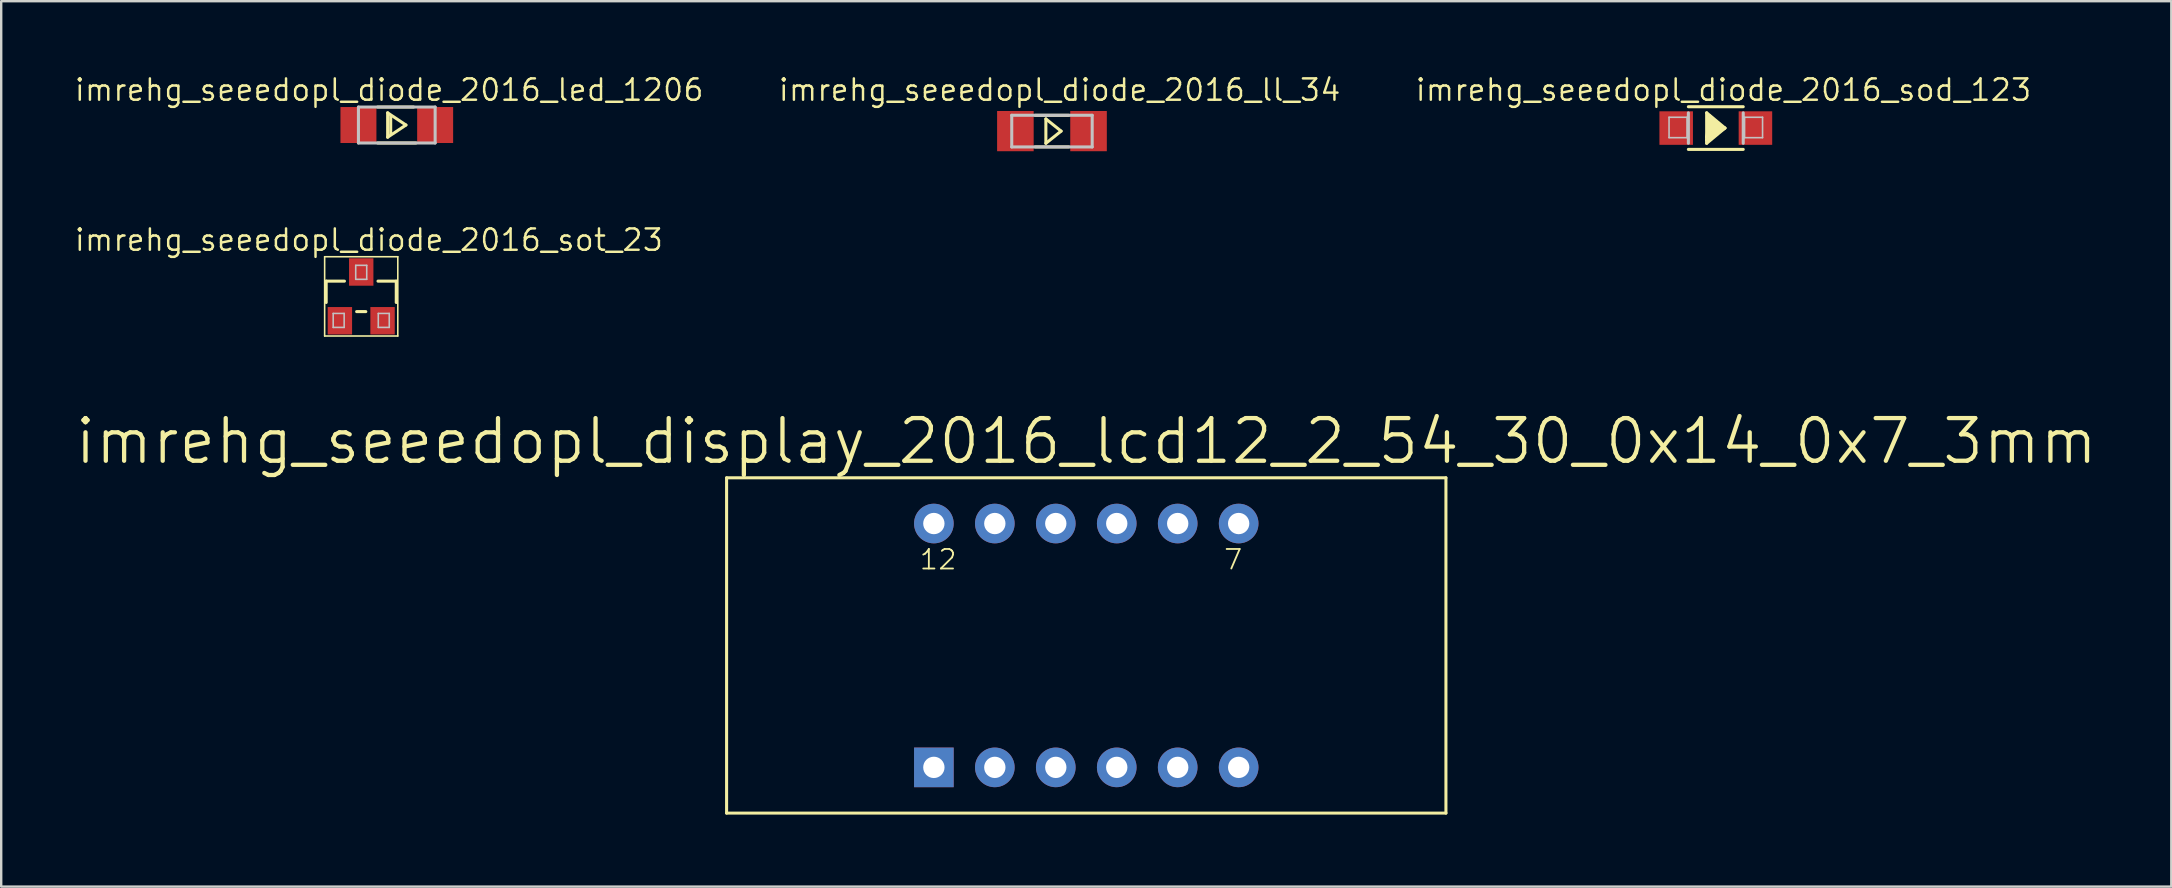
<source format=kicad_pcb>
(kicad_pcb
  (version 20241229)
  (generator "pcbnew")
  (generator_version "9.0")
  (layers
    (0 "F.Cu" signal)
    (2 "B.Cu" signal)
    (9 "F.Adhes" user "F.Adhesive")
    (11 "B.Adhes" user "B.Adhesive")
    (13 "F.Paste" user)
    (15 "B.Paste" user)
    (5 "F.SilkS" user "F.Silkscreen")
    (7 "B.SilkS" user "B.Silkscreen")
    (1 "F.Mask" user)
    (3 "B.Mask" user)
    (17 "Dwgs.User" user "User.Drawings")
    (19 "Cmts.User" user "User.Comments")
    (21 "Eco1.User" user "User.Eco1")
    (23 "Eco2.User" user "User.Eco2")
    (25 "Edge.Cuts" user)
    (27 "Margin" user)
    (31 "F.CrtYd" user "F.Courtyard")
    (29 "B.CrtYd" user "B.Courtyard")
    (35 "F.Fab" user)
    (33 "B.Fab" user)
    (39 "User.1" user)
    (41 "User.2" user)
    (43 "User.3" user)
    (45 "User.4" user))
  (footprint "imrehg_seeedopl_diode_2016_led_1206"
    (layer "F.Cu")
    (at 13.483 2.159)
    (property "Reference" "imrehg_seeedopl_diode_2016_led_1206" (at -0.318 -1.46 0) (layer "F.SilkS") (effects (font (size 0.889 0.889) (thickness 0.102))))
    (attr smd)
    (fp_line (start -0.798 -0.749) (end 0.699 -0.749) (stroke (width 0.127) (type solid)) (layer "F.SilkS"))
    (fp_line (start -0.798 0.749) (end 0.798 0.749) (stroke (width 0.127) (type solid)) (layer "F.SilkS"))
    (fp_line (start -0.381 -0.508) (end -0.381 0.508) (stroke (width 0.127) (type solid)) (layer "F.SilkS"))
    (fp_line (start -0.381 0.508) (end 0.381 0) (stroke (width 0.127) (type solid)) (layer "F.SilkS"))
    (fp_line (start -0.254 -0.381) (end -0.254 0.381) (stroke (width 0.127) (type solid)) (layer "F.SilkS"))
    (fp_line (start 0.381 0) (end -0.381 -0.508) (stroke (width 0.127) (type solid)) (layer "F.SilkS"))
    (fp_line (start -1.598 -0.749) (end 1.598 -0.749) (stroke (width 0.127) (type solid)) (layer "Dwgs.User"))
    (fp_line (start -1.598 0.749) (end -1.598 -0.749) (stroke (width 0.127) (type solid)) (layer "Dwgs.User"))
    (fp_line (start 1.598 -0.749) (end 1.598 0.749) (stroke (width 0.127) (type solid)) (layer "Dwgs.User"))
    (fp_line (start 1.598 0.749) (end -1.598 0.749) (stroke (width 0.127) (type solid)) (layer "Dwgs.User"))
    (pad "+" smd rect (at -1.598 0) (size 1.499 1.499) (layers "F.Cu" "F.Mask" "F.Paste"))
    (pad "-" smd rect (at 1.598 0) (size 1.499 1.499) (layers "F.Cu" "F.Mask" "F.Paste")))
  (footprint "imrehg_seeedopl_diode_2016_sot_23"
    (layer "F.Cu")
    (at 12.001 9.299)
    (property "Reference" "imrehg_seeedopl_diode_2016_sot_23" (at 0.318 -2.349 0) (layer "F.SilkS") (effects (font (size 0.889 0.889) (thickness 0.102))))
    (attr smd)
    (fp_line (start -1.524 -1.651) (end 1.524 -1.651) (stroke (width 0.066) (type solid)) (layer "F.SilkS"))
    (fp_line (start -1.524 1.651) (end -1.524 -1.651) (stroke (width 0.066) (type solid)) (layer "F.SilkS"))
    (fp_line (start -1.524 1.651) (end 1.524 1.651) (stroke (width 0.066) (type solid)) (layer "F.SilkS"))
    (fp_line (start -1.46 -0.635) (end -1.46 0.254) (stroke (width 0.127) (type solid)) (layer "F.SilkS"))
    (fp_line (start -0.699 -0.635) (end -1.46 -0.635) (stroke (width 0.127) (type solid)) (layer "F.SilkS"))
    (fp_line (start -0.191 0.635) (end 0.191 0.635) (stroke (width 0.127) (type solid)) (layer "F.SilkS"))
    (fp_line (start 1.46 -0.635) (end 0.699 -0.635) (stroke (width 0.127) (type solid)) (layer "F.SilkS"))
    (fp_line (start 1.46 0.254) (end 1.46 -0.635) (stroke (width 0.127) (type solid)) (layer "F.SilkS"))
    (fp_line (start 1.524 1.651) (end 1.524 -1.651) (stroke (width 0.066) (type solid)) (layer "F.SilkS"))
    (fp_line (start -1.168 0.711) (end -0.711 0.711) (stroke (width 0.066) (type solid)) (layer "Dwgs.User"))
    (fp_line (start -1.168 1.293) (end -1.168 0.711) (stroke (width 0.066) (type solid)) (layer "Dwgs.User"))
    (fp_line (start -1.168 1.293) (end -0.711 1.293) (stroke (width 0.066) (type solid)) (layer "Dwgs.User"))
    (fp_line (start -0.711 1.293) (end -0.711 0.711) (stroke (width 0.066) (type solid)) (layer "Dwgs.User"))
    (fp_line (start -0.229 -1.293) (end 0.229 -1.293) (stroke (width 0.066) (type solid)) (layer "Dwgs.User"))
    (fp_line (start -0.229 -0.711) (end -0.229 -1.293) (stroke (width 0.066) (type solid)) (layer "Dwgs.User"))
    (fp_line (start -0.229 -0.711) (end 0.229 -0.711) (stroke (width 0.066) (type solid)) (layer "Dwgs.User"))
    (fp_line (start 0.229 -0.711) (end 0.229 -1.293) (stroke (width 0.066) (type solid)) (layer "Dwgs.User"))
    (fp_line (start 0.711 0.711) (end 1.168 0.711) (stroke (width 0.066) (type solid)) (layer "Dwgs.User"))
    (fp_line (start 0.711 1.293) (end 0.711 0.711) (stroke (width 0.066) (type solid)) (layer "Dwgs.User"))
    (fp_line (start 0.711 1.293) (end 1.168 1.293) (stroke (width 0.066) (type solid)) (layer "Dwgs.User"))
    (fp_line (start 1.168 1.293) (end 1.168 0.711) (stroke (width 0.066) (type solid)) (layer "Dwgs.User"))
    (pad "1" smd rect (at -0.889 1.016 180) (size 1.016 1.143) (layers "F.Cu" "F.Mask" "F.Paste"))
    (pad "2" smd rect (at 0.889 1.016) (size 1.016 1.143) (layers "F.Cu" "F.Mask" "F.Paste"))
    (pad "3" smd rect (at 0 -1.016) (size 1.016 1.143) (layers "F.Cu" "F.Mask" "F.Paste")))
  (footprint "imrehg_seeedopl_diode_2016_ll_34"
    (layer "F.Cu")
    (at 40.782 2.413)
    (property "Reference" "imrehg_seeedopl_diode_2016_ll_34" (at 0.318 -1.714 0) (layer "F.SilkS") (effects (font (size 0.889 0.889) (thickness 0.102))))
    (attr smd)
    (fp_line (start -0.699 -0.658) (end 0.699 -0.658) (stroke (width 0.127) (type solid)) (layer "F.SilkS"))
    (fp_line (start -0.699 0.658) (end 0.699 0.658) (stroke (width 0.127) (type solid)) (layer "F.SilkS"))
    (fp_line (start -0.254 -0.508) (end 0.381 0) (stroke (width 0.127) (type solid)) (layer "F.SilkS"))
    (fp_line (start -0.254 0.508) (end -0.254 -0.508) (stroke (width 0.127) (type solid)) (layer "F.SilkS"))
    (fp_line (start 0.381 0) (end -0.254 0.508) (stroke (width 0.127) (type solid)) (layer "F.SilkS"))
    (fp_line (start -1.676 -0.66) (end 1.676 -0.66) (stroke (width 0.127) (type solid)) (layer "Dwgs.User"))
    (fp_line (start -1.676 0.66) (end -1.676 -0.66) (stroke (width 0.127) (type solid)) (layer "Dwgs.User"))
    (fp_line (start 1.676 -0.66) (end 1.676 0.66) (stroke (width 0.127) (type solid)) (layer "Dwgs.User"))
    (fp_line (start 1.676 0.66) (end -1.676 0.66) (stroke (width 0.127) (type solid)) (layer "Dwgs.User"))
    (pad "A" smd rect (at -1.524 0 180) (size 1.524 1.676) (layers "F.Cu" "F.Mask" "F.Paste"))
    (pad "C" smd rect (at 1.524 0 180) (size 1.524 1.676) (layers "F.Cu" "F.Mask" "F.Paste")))
  (footprint "imrehg_seeedopl_display_2016_lcd12_2_54_30_0x14_0x7_3mm"
    (layer "F.Cu")
    (at 42.211 23.844)
    (property "Reference" "imrehg_seeedopl_display_2016_lcd12_2_54_30_0x14_0x7_3mm" (at 0 -8.509 0) (layer "F.SilkS") (effects (font (size 1.778 1.778) (thickness 0.178))))
    (attr exclude_from_pos_files exclude_from_bom)
    (fp_line (start -14.986 -6.985) (end 14.986 -6.985) (stroke (width 0.066) (type solid)) (layer "F.SilkS"))
    (fp_line (start -14.986 -6.985) (end 14.986 -6.985) (stroke (width 0.127) (type solid)) (layer "F.SilkS"))
    (fp_line (start -14.986 6.985) (end -14.986 -6.985) (stroke (width 0.066) (type solid)) (layer "F.SilkS"))
    (fp_line (start -14.986 6.985) (end -14.986 -6.985) (stroke (width 0.127) (type solid)) (layer "F.SilkS"))
    (fp_line (start -14.986 6.985) (end 14.986 6.985) (stroke (width 0.066) (type solid)) (layer "F.SilkS"))
    (fp_line (start 14.986 -6.985) (end 14.986 6.985) (stroke (width 0.127) (type solid)) (layer "F.SilkS"))
    (fp_line (start 14.986 6.985) (end -14.986 6.985) (stroke (width 0.127) (type solid)) (layer "F.SilkS"))
    (fp_line (start 14.986 6.985) (end 14.986 -6.985) (stroke (width 0.066) (type solid)) (layer "F.SilkS"))
    (fp_text user "7" (at 6.121 -3.579 0) (layer "F.SilkS") (effects (font (size 0.813 0.813) (thickness 0.076))))
    (fp_text user "12" (at -6.172 -3.579 0) (layer "F.SilkS") (effects (font (size 0.813 0.813) (thickness 0.076))))
    (pad "1" thru_hole rect (at -6.35 5.08) (size 1.651 1.651) (drill 0.889) (layers "*.Cu" "*.Paste" "*.Mask"))
    (pad "2" thru_hole circle (at -3.81 5.08) (size 1.651 1.651) (drill 0.889) (layers "*.Cu" "*.Paste" "*.Mask"))
    (pad "3" thru_hole circle (at -1.27 5.08) (size 1.651 1.651) (drill 0.889) (layers "*.Cu" "*.Paste" "*.Mask"))
    (pad "4" thru_hole circle (at 1.27 5.08) (size 1.651 1.651) (drill 0.889) (layers "*.Cu" "*.Paste" "*.Mask"))
    (pad "5" thru_hole circle (at 3.81 5.08) (size 1.651 1.651) (drill 0.889) (layers "*.Cu" "*.Paste" "*.Mask"))
    (pad "6" thru_hole circle (at 6.35 5.08) (size 1.651 1.651) (drill 0.889) (layers "*.Cu" "*.Paste" "*.Mask"))
    (pad "7" thru_hole circle (at 6.35 -5.08) (size 1.651 1.651) (drill 0.889) (layers "*.Cu" "*.Paste" "*.Mask"))
    (pad "8" thru_hole circle (at 3.81 -5.08) (size 1.651 1.651) (drill 0.889) (layers "*.Cu" "*.Paste" "*.Mask"))
    (pad "9" thru_hole circle (at 1.27 -5.08) (size 1.651 1.651) (drill 0.889) (layers "*.Cu" "*.Paste" "*.Mask"))
    (pad "10" thru_hole circle (at -1.27 -5.08) (size 1.651 1.651) (drill 0.889) (layers "*.Cu" "*.Paste" "*.Mask"))
    (pad "11" thru_hole circle (at -3.81 -5.08) (size 1.651 1.651) (drill 0.889) (layers "*.Cu" "*.Paste" "*.Mask"))
    (pad "12" thru_hole circle (at -6.35 -5.08) (size 1.651 1.651) (drill 0.889) (layers "*.Cu" "*.Paste" "*.Mask")))
  (footprint "imrehg_seeedopl_diode_2016_sod_123"
    (layer "F.Cu")
    (at 68.442 2.286)
    (property "Reference" "imrehg_seeedopl_diode_2016_sod_123" (at 0.318 -1.587 0) (layer "F.SilkS") (effects (font (size 0.889 0.889) (thickness 0.102))))
    (attr smd)
    (fp_line (start -1.143 -0.889) (end 1.143 -0.889) (stroke (width 0.127) (type solid)) (layer "F.SilkS"))
    (fp_line (start -0.381 -0.635) (end 0.381 0) (stroke (width 0.127) (type solid)) (layer "F.SilkS"))
    (fp_line (start -0.381 0.381) (end -0.381 -0.635) (stroke (width 0.127) (type solid)) (layer "F.SilkS"))
    (fp_line (start -0.381 0.381) (end -0.254 -0.381) (stroke (width 0.127) (type solid)) (layer "F.SilkS"))
    (fp_line (start -0.381 0.508) (end -0.381 0.381) (stroke (width 0.127) (type solid)) (layer "F.SilkS"))
    (fp_line (start -0.381 0.508) (end -0.254 -0.508) (stroke (width 0.127) (type solid)) (layer "F.SilkS"))
    (fp_line (start -0.381 0.635) (end -0.381 0.508) (stroke (width 0.127) (type solid)) (layer "F.SilkS"))
    (fp_line (start -0.254 -0.508) (end 0.254 0) (stroke (width 0.127) (type solid)) (layer "F.SilkS"))
    (fp_line (start -0.254 -0.381) (end 0.127 0) (stroke (width 0.127) (type solid)) (layer "F.SilkS"))
    (fp_line (start -0.254 -0.254) (end -0.127 -0.127) (stroke (width 0.127) (type solid)) (layer "F.SilkS"))
    (fp_line (start -0.254 0.127) (end -0.254 -0.254) (stroke (width 0.127) (type solid)) (layer "F.SilkS"))
    (fp_line (start -0.254 0.127) (end -0.127 -0.127) (stroke (width 0.127) (type solid)) (layer "F.SilkS"))
    (fp_line (start -0.254 0.254) (end -0.254 0.127) (stroke (width 0.127) (type solid)) (layer "F.SilkS"))
    (fp_line (start -0.127 -0.127) (end -0.127 0) (stroke (width 0.127) (type solid)) (layer "F.SilkS"))
    (fp_line (start -0.127 -0.127) (end 0 0) (stroke (width 0.127) (type solid)) (layer "F.SilkS"))
    (fp_line (start 0 0) (end -0.254 0.127) (stroke (width 0.127) (type solid)) (layer "F.SilkS"))
    (fp_line (start 0.127 0) (end -0.254 0.254) (stroke (width 0.127) (type solid)) (layer "F.SilkS"))
    (fp_line (start 0.254 0) (end -0.381 0.381) (stroke (width 0.127) (type solid)) (layer "F.SilkS"))
    (fp_line (start 0.381 0) (end -0.381 0.508) (stroke (width 0.127) (type solid)) (layer "F.SilkS"))
    (fp_line (start 0.381 0) (end -0.381 0.635) (stroke (width 0.127) (type solid)) (layer "F.SilkS"))
    (fp_line (start 1.143 0.889) (end -1.143 0.889) (stroke (width 0.127) (type solid)) (layer "F.SilkS"))
    (fp_line (start -1.948 -0.45) (end -1.199 -0.45) (stroke (width 0.066) (type solid)) (layer "Dwgs.User"))
    (fp_line (start -1.948 0.399) (end -1.948 -0.45) (stroke (width 0.066) (type solid)) (layer "Dwgs.User"))
    (fp_line (start -1.948 0.399) (end -1.199 0.399) (stroke (width 0.066) (type solid)) (layer "Dwgs.User"))
    (fp_line (start -1.199 0.399) (end -1.199 -0.45) (stroke (width 0.066) (type solid)) (layer "Dwgs.User"))
    (fp_line (start -1.143 0.635) (end -1.143 -0.635) (stroke (width 0.127) (type solid)) (layer "Dwgs.User"))
    (fp_line (start 1.143 -0.635) (end 1.143 0.635) (stroke (width 0.127) (type solid)) (layer "Dwgs.User"))
    (fp_line (start 1.199 -0.45) (end 1.948 -0.45) (stroke (width 0.066) (type solid)) (layer "Dwgs.User"))
    (fp_line (start 1.199 0.399) (end 1.199 -0.45) (stroke (width 0.066) (type solid)) (layer "Dwgs.User"))
    (fp_line (start 1.199 0.399) (end 1.948 0.399) (stroke (width 0.066) (type solid)) (layer "Dwgs.User"))
    (fp_line (start 1.948 0.399) (end 1.948 -0.45) (stroke (width 0.066) (type solid)) (layer "Dwgs.User"))
    (pad "+" smd rect (at -1.651 0 180) (size 1.397 1.397) (layers "F.Cu" "F.Mask" "F.Paste"))
    (pad "-" smd rect (at 1.651 0 180) (size 1.397 1.397) (layers "F.Cu" "F.Mask" "F.Paste")))
  (gr_rect
    (start -3 -3)
    (end 87.421 33.893)
    (stroke (width 0.1) (type default))
    (fill no)
    (layer "Edge.Cuts")))
</source>
